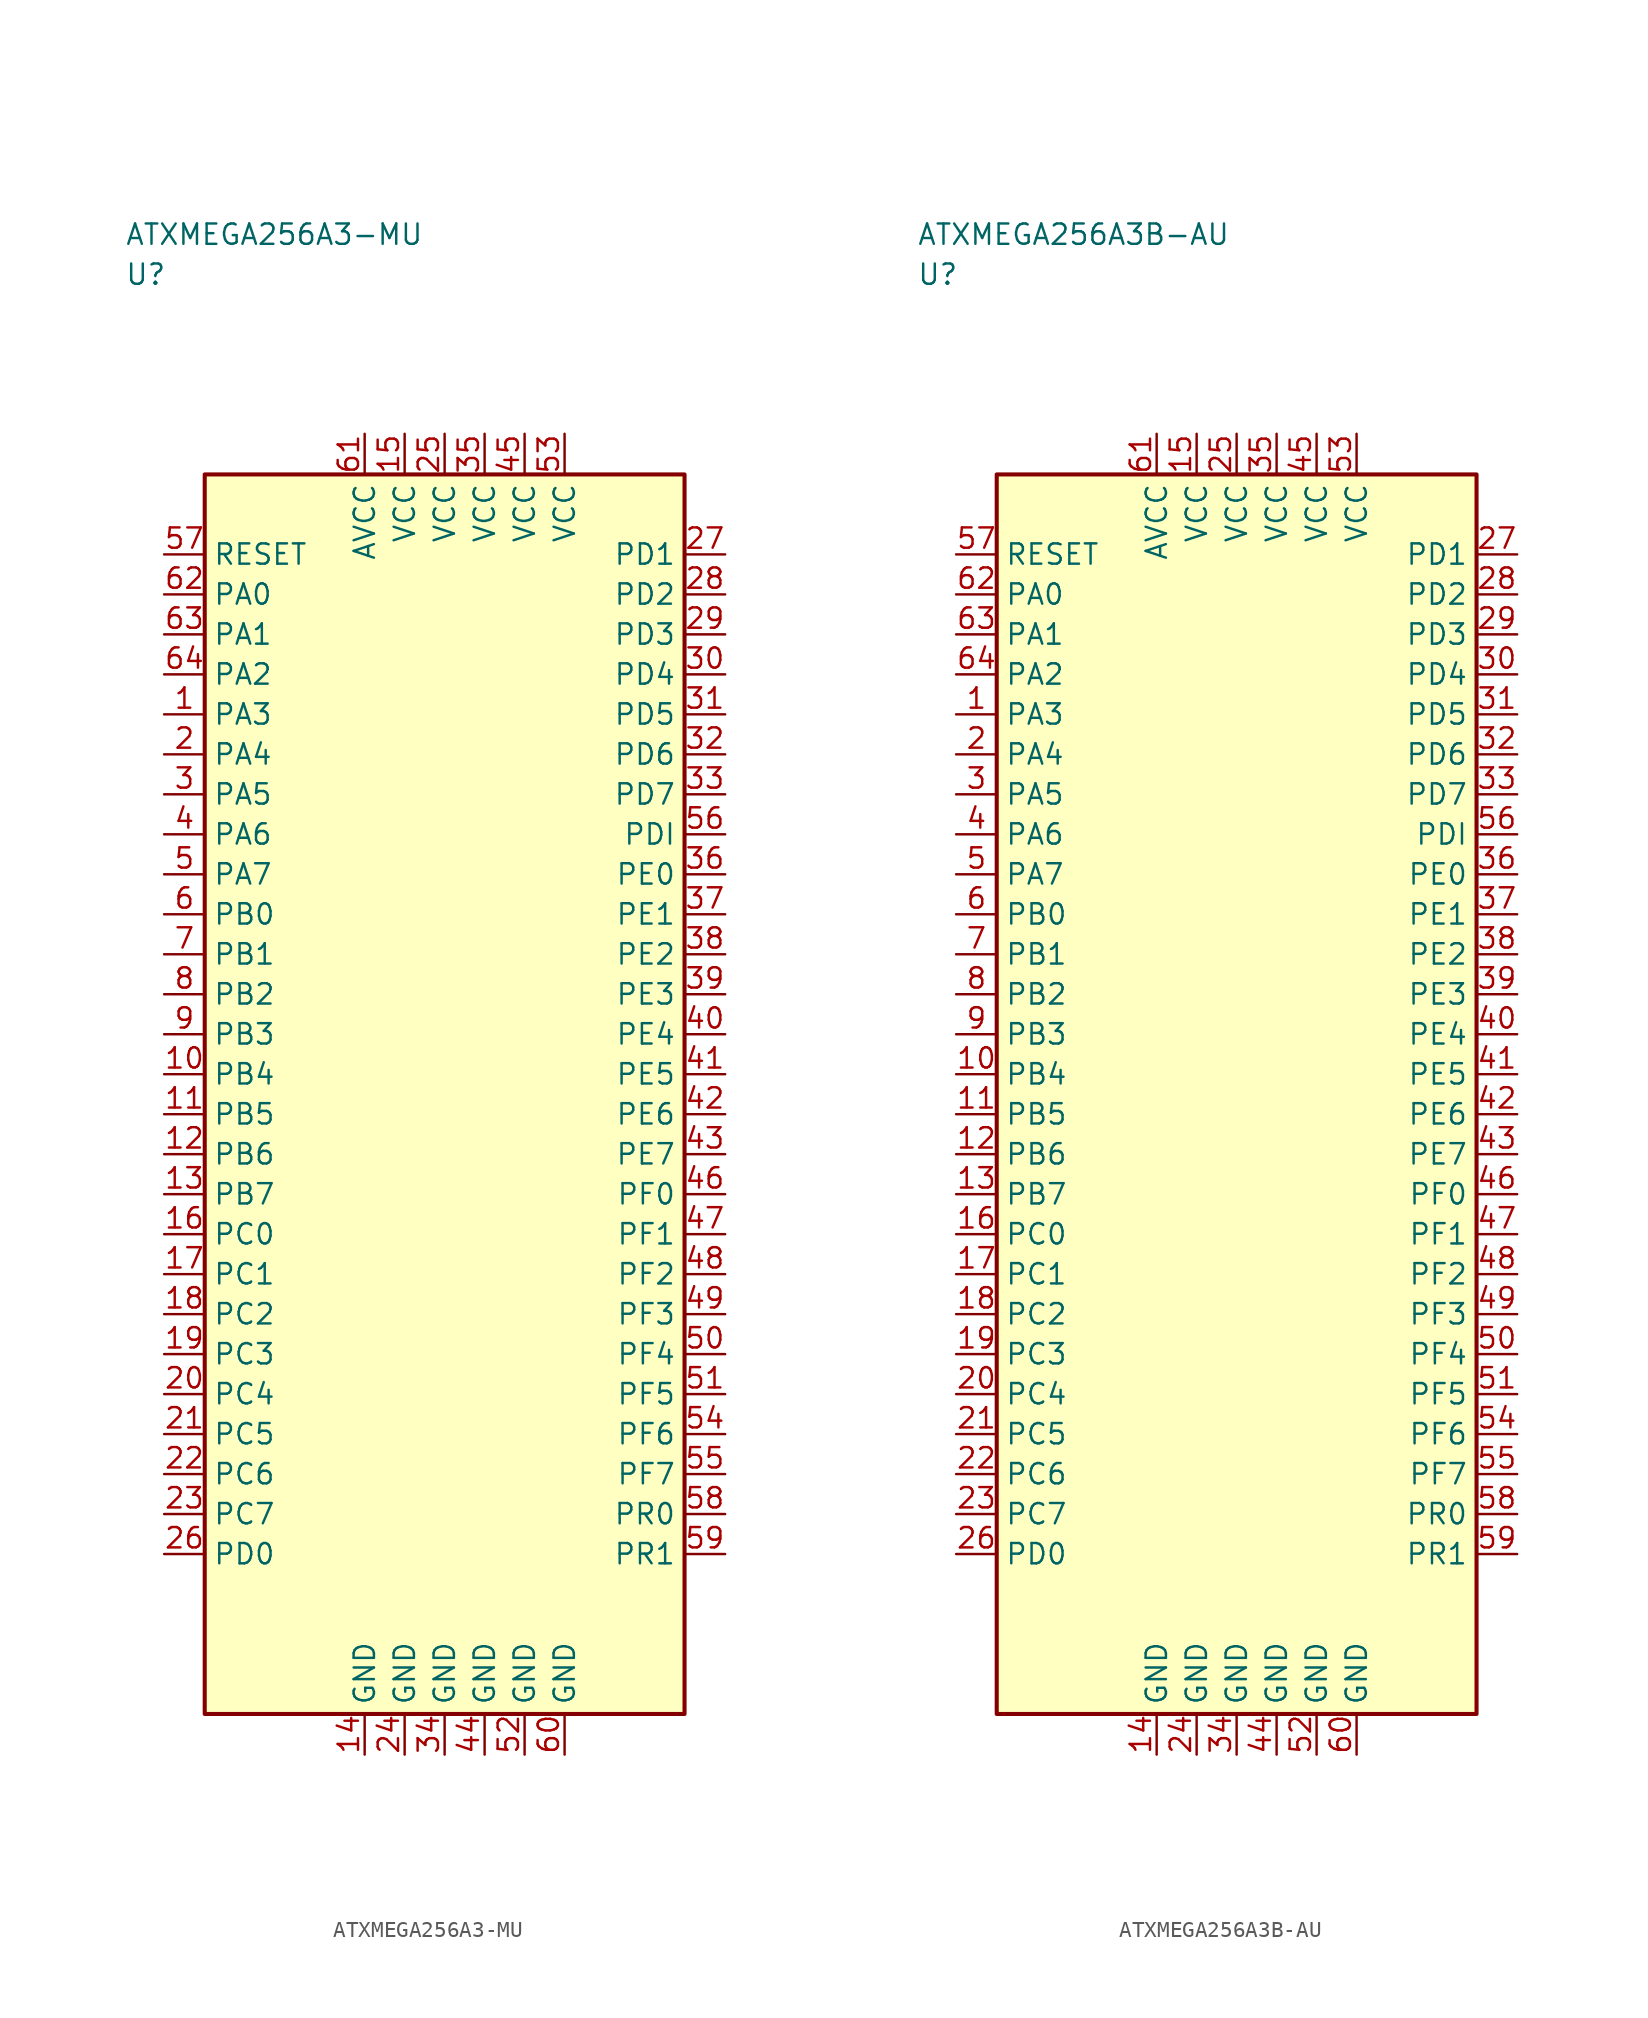
<source format=kicad_sym>
(kicad_symbol_lib
  (version 20241025)
  (generator "kicad_symbol_editor")
  (generator_version "8.0")
  (symbol "ATXMEGA256A3-MU"
    (property "Reference" "U"
      (at -20.0 51.25 0)
      (effects (font (size 1.27 1.27)) (justify left)))
    (property "Value" "ATXMEGA256A3-MU"
      (at -20.0 53.75 0)
      (effects (font (size 1.27 1.27)) (justify left)))
    (symbol "ATXMEGA256A3-MU_0_1"
      (rectangle (start -15.0 38.75) (end 15.0 -38.75) (stroke (width 0.254) (type default)) (fill (type background))))
    (symbol "ATXMEGA256A3-MU_1_1"
      (pin bidirectional line (at -17.54 23.75 0.0) (length 2.54) (name "PA3" (effects (font (size 1.27 1.27)))) (number "1" (effects (font (size 1.27 1.27)))))
      (pin bidirectional line (at -17.54 21.25 0.0) (length 2.54) (name "PA4" (effects (font (size 1.27 1.27)))) (number "2" (effects (font (size 1.27 1.27)))))
      (pin bidirectional line (at -17.54 18.75 0.0) (length 2.54) (name "PA5" (effects (font (size 1.27 1.27)))) (number "3" (effects (font (size 1.27 1.27)))))
      (pin bidirectional line (at -17.54 16.25 0.0) (length 2.54) (name "PA6" (effects (font (size 1.27 1.27)))) (number "4" (effects (font (size 1.27 1.27)))))
      (pin bidirectional line (at -17.54 13.75 0.0) (length 2.54) (name "PA7" (effects (font (size 1.27 1.27)))) (number "5" (effects (font (size 1.27 1.27)))))
      (pin bidirectional line (at -17.54 11.25 0.0) (length 2.54) (name "PB0" (effects (font (size 1.27 1.27)))) (number "6" (effects (font (size 1.27 1.27)))))
      (pin bidirectional line (at -17.54 8.75 0.0) (length 2.54) (name "PB1" (effects (font (size 1.27 1.27)))) (number "7" (effects (font (size 1.27 1.27)))))
      (pin bidirectional line (at -17.54 6.25 0.0) (length 2.54) (name "PB2" (effects (font (size 1.27 1.27)))) (number "8" (effects (font (size 1.27 1.27)))))
      (pin bidirectional line (at -17.54 3.75 0.0) (length 2.54) (name "PB3" (effects (font (size 1.27 1.27)))) (number "9" (effects (font (size 1.27 1.27)))))
      (pin bidirectional line (at -17.54 1.25 0.0) (length 2.54) (name "PB4" (effects (font (size 1.27 1.27)))) (number "10" (effects (font (size 1.27 1.27)))))
      (pin bidirectional line (at -17.54 -1.25 0.0) (length 2.54) (name "PB5" (effects (font (size 1.27 1.27)))) (number "11" (effects (font (size 1.27 1.27)))))
      (pin bidirectional line (at -17.54 -3.75 0.0) (length 2.54) (name "PB6" (effects (font (size 1.27 1.27)))) (number "12" (effects (font (size 1.27 1.27)))))
      (pin bidirectional line (at -17.54 -6.25 0.0) (length 2.54) (name "PB7" (effects (font (size 1.27 1.27)))) (number "13" (effects (font (size 1.27 1.27)))))
      (pin passive line (at -5.0 -41.29 90.0) (length 2.54) (name "GND" (effects (font (size 1.27 1.27)))) (number "14" (effects (font (size 1.27 1.27)))))
      (pin power_in line (at -2.5 41.29 270.0) (length 2.54) (name "VCC" (effects (font (size 1.27 1.27)))) (number "15" (effects (font (size 1.27 1.27)))))
      (pin bidirectional line (at -17.54 -8.75 0.0) (length 2.54) (name "PC0" (effects (font (size 1.27 1.27)))) (number "16" (effects (font (size 1.27 1.27)))))
      (pin bidirectional line (at -17.54 -11.25 0.0) (length 2.54) (name "PC1" (effects (font (size 1.27 1.27)))) (number "17" (effects (font (size 1.27 1.27)))))
      (pin bidirectional line (at -17.54 -13.75 0.0) (length 2.54) (name "PC2" (effects (font (size 1.27 1.27)))) (number "18" (effects (font (size 1.27 1.27)))))
      (pin bidirectional line (at -17.54 -16.25 0.0) (length 2.54) (name "PC3" (effects (font (size 1.27 1.27)))) (number "19" (effects (font (size 1.27 1.27)))))
      (pin bidirectional line (at -17.54 -18.75 0.0) (length 2.54) (name "PC4" (effects (font (size 1.27 1.27)))) (number "20" (effects (font (size 1.27 1.27)))))
      (pin bidirectional line (at -17.54 -21.25 0.0) (length 2.54) (name "PC5" (effects (font (size 1.27 1.27)))) (number "21" (effects (font (size 1.27 1.27)))))
      (pin bidirectional line (at -17.54 -23.75 0.0) (length 2.54) (name "PC6" (effects (font (size 1.27 1.27)))) (number "22" (effects (font (size 1.27 1.27)))))
      (pin bidirectional line (at -17.54 -26.25 0.0) (length 2.54) (name "PC7" (effects (font (size 1.27 1.27)))) (number "23" (effects (font (size 1.27 1.27)))))
      (pin passive line (at -2.5 -41.29 90.0) (length 2.54) (name "GND" (effects (font (size 1.27 1.27)))) (number "24" (effects (font (size 1.27 1.27)))))
      (pin power_in line (at 0.0 41.29 270.0) (length 2.54) (name "VCC" (effects (font (size 1.27 1.27)))) (number "25" (effects (font (size 1.27 1.27)))))
      (pin bidirectional line (at -17.54 -28.75 0.0) (length 2.54) (name "PD0" (effects (font (size 1.27 1.27)))) (number "26" (effects (font (size 1.27 1.27)))))
      (pin bidirectional line (at 17.54 33.75 180.0) (length 2.54) (name "PD1" (effects (font (size 1.27 1.27)))) (number "27" (effects (font (size 1.27 1.27)))))
      (pin bidirectional line (at 17.54 31.25 180.0) (length 2.54) (name "PD2" (effects (font (size 1.27 1.27)))) (number "28" (effects (font (size 1.27 1.27)))))
      (pin bidirectional line (at 17.54 28.75 180.0) (length 2.54) (name "PD3" (effects (font (size 1.27 1.27)))) (number "29" (effects (font (size 1.27 1.27)))))
      (pin bidirectional line (at 17.54 26.25 180.0) (length 2.54) (name "PD4" (effects (font (size 1.27 1.27)))) (number "30" (effects (font (size 1.27 1.27)))))
      (pin bidirectional line (at 17.54 23.75 180.0) (length 2.54) (name "PD5" (effects (font (size 1.27 1.27)))) (number "31" (effects (font (size 1.27 1.27)))))
      (pin bidirectional line (at 17.54 21.25 180.0) (length 2.54) (name "PD6" (effects (font (size 1.27 1.27)))) (number "32" (effects (font (size 1.27 1.27)))))
      (pin bidirectional line (at 17.54 18.75 180.0) (length 2.54) (name "PD7" (effects (font (size 1.27 1.27)))) (number "33" (effects (font (size 1.27 1.27)))))
      (pin passive line (at 0.0 -41.29 90.0) (length 2.54) (name "GND" (effects (font (size 1.27 1.27)))) (number "34" (effects (font (size 1.27 1.27)))))
      (pin power_in line (at 2.5 41.29 270.0) (length 2.54) (name "VCC" (effects (font (size 1.27 1.27)))) (number "35" (effects (font (size 1.27 1.27)))))
      (pin bidirectional line (at 17.54 13.75 180.0) (length 2.54) (name "PE0" (effects (font (size 1.27 1.27)))) (number "36" (effects (font (size 1.27 1.27)))))
      (pin bidirectional line (at 17.54 11.25 180.0) (length 2.54) (name "PE1" (effects (font (size 1.27 1.27)))) (number "37" (effects (font (size 1.27 1.27)))))
      (pin bidirectional line (at 17.54 8.75 180.0) (length 2.54) (name "PE2" (effects (font (size 1.27 1.27)))) (number "38" (effects (font (size 1.27 1.27)))))
      (pin bidirectional line (at 17.54 6.25 180.0) (length 2.54) (name "PE3" (effects (font (size 1.27 1.27)))) (number "39" (effects (font (size 1.27 1.27)))))
      (pin bidirectional line (at 17.54 3.75 180.0) (length 2.54) (name "PE4" (effects (font (size 1.27 1.27)))) (number "40" (effects (font (size 1.27 1.27)))))
      (pin bidirectional line (at 17.54 1.25 180.0) (length 2.54) (name "PE5" (effects (font (size 1.27 1.27)))) (number "41" (effects (font (size 1.27 1.27)))))
      (pin bidirectional line (at 17.54 -1.25 180.0) (length 2.54) (name "PE6" (effects (font (size 1.27 1.27)))) (number "42" (effects (font (size 1.27 1.27)))))
      (pin bidirectional line (at 17.54 -3.75 180.0) (length 2.54) (name "PE7" (effects (font (size 1.27 1.27)))) (number "43" (effects (font (size 1.27 1.27)))))
      (pin passive line (at 2.5 -41.29 90.0) (length 2.54) (name "GND" (effects (font (size 1.27 1.27)))) (number "44" (effects (font (size 1.27 1.27)))))
      (pin power_in line (at 5.0 41.29 270.0) (length 2.54) (name "VCC" (effects (font (size 1.27 1.27)))) (number "45" (effects (font (size 1.27 1.27)))))
      (pin bidirectional line (at 17.54 -6.25 180.0) (length 2.54) (name "PF0" (effects (font (size 1.27 1.27)))) (number "46" (effects (font (size 1.27 1.27)))))
      (pin bidirectional line (at 17.54 -8.75 180.0) (length 2.54) (name "PF1" (effects (font (size 1.27 1.27)))) (number "47" (effects (font (size 1.27 1.27)))))
      (pin bidirectional line (at 17.54 -11.25 180.0) (length 2.54) (name "PF2" (effects (font (size 1.27 1.27)))) (number "48" (effects (font (size 1.27 1.27)))))
      (pin bidirectional line (at 17.54 -13.75 180.0) (length 2.54) (name "PF3" (effects (font (size 1.27 1.27)))) (number "49" (effects (font (size 1.27 1.27)))))
      (pin bidirectional line (at 17.54 -16.25 180.0) (length 2.54) (name "PF4" (effects (font (size 1.27 1.27)))) (number "50" (effects (font (size 1.27 1.27)))))
      (pin bidirectional line (at 17.54 -18.75 180.0) (length 2.54) (name "PF5" (effects (font (size 1.27 1.27)))) (number "51" (effects (font (size 1.27 1.27)))))
      (pin passive line (at 5.0 -41.29 90.0) (length 2.54) (name "GND" (effects (font (size 1.27 1.27)))) (number "52" (effects (font (size 1.27 1.27)))))
      (pin power_in line (at 7.5 41.29 270.0) (length 2.54) (name "VCC" (effects (font (size 1.27 1.27)))) (number "53" (effects (font (size 1.27 1.27)))))
      (pin bidirectional line (at 17.54 -21.25 180.0) (length 2.54) (name "PF6" (effects (font (size 1.27 1.27)))) (number "54" (effects (font (size 1.27 1.27)))))
      (pin bidirectional line (at 17.54 -23.75 180.0) (length 2.54) (name "PF7" (effects (font (size 1.27 1.27)))) (number "55" (effects (font (size 1.27 1.27)))))
      (pin bidirectional line (at 17.54 16.25 180.0) (length 2.54) (name "PDI" (effects (font (size 1.27 1.27)))) (number "56" (effects (font (size 1.27 1.27)))))
      (pin input line (at -17.54 33.75 0.0) (length 2.54) (name "RESET" (effects (font (size 1.27 1.27)))) (number "57" (effects (font (size 1.27 1.27)))))
      (pin bidirectional line (at 17.54 -26.25 180.0) (length 2.54) (name "PR0" (effects (font (size 1.27 1.27)))) (number "58" (effects (font (size 1.27 1.27)))))
      (pin bidirectional line (at 17.54 -28.75 180.0) (length 2.54) (name "PR1" (effects (font (size 1.27 1.27)))) (number "59" (effects (font (size 1.27 1.27)))))
      (pin passive line (at 7.5 -41.29 90.0) (length 2.54) (name "GND" (effects (font (size 1.27 1.27)))) (number "60" (effects (font (size 1.27 1.27)))))
      (pin power_in line (at -5.0 41.29 270.0) (length 2.54) (name "AVCC" (effects (font (size 1.27 1.27)))) (number "61" (effects (font (size 1.27 1.27)))))
      (pin bidirectional line (at -17.54 31.25 0.0) (length 2.54) (name "PA0" (effects (font (size 1.27 1.27)))) (number "62" (effects (font (size 1.27 1.27)))))
      (pin bidirectional line (at -17.54 28.75 0.0) (length 2.54) (name "PA1" (effects (font (size 1.27 1.27)))) (number "63" (effects (font (size 1.27 1.27)))))
      (pin bidirectional line (at -17.54 26.25 0.0) (length 2.54) (name "PA2" (effects (font (size 1.27 1.27)))) (number "64" (effects (font (size 1.27 1.27)))))))
  (symbol "ATXMEGA256A3B-AU"
    (property "Reference" "U"
      (at -20.0 51.25 0)
      (effects (font (size 1.27 1.27)) (justify left)))
    (property "Value" "ATXMEGA256A3B-AU"
      (at -20.0 53.75 0)
      (effects (font (size 1.27 1.27)) (justify left)))
    (symbol "ATXMEGA256A3B-AU_0_1"
      (rectangle (start -15.0 38.75) (end 15.0 -38.75) (stroke (width 0.254) (type default)) (fill (type background))))
    (symbol "ATXMEGA256A3B-AU_1_1"
      (pin bidirectional line (at -17.54 23.75 0.0) (length 2.54) (name "PA3" (effects (font (size 1.27 1.27)))) (number "1" (effects (font (size 1.27 1.27)))))
      (pin bidirectional line (at -17.54 21.25 0.0) (length 2.54) (name "PA4" (effects (font (size 1.27 1.27)))) (number "2" (effects (font (size 1.27 1.27)))))
      (pin bidirectional line (at -17.54 18.75 0.0) (length 2.54) (name "PA5" (effects (font (size 1.27 1.27)))) (number "3" (effects (font (size 1.27 1.27)))))
      (pin bidirectional line (at -17.54 16.25 0.0) (length 2.54) (name "PA6" (effects (font (size 1.27 1.27)))) (number "4" (effects (font (size 1.27 1.27)))))
      (pin bidirectional line (at -17.54 13.75 0.0) (length 2.54) (name "PA7" (effects (font (size 1.27 1.27)))) (number "5" (effects (font (size 1.27 1.27)))))
      (pin bidirectional line (at -17.54 11.25 0.0) (length 2.54) (name "PB0" (effects (font (size 1.27 1.27)))) (number "6" (effects (font (size 1.27 1.27)))))
      (pin bidirectional line (at -17.54 8.75 0.0) (length 2.54) (name "PB1" (effects (font (size 1.27 1.27)))) (number "7" (effects (font (size 1.27 1.27)))))
      (pin bidirectional line (at -17.54 6.25 0.0) (length 2.54) (name "PB2" (effects (font (size 1.27 1.27)))) (number "8" (effects (font (size 1.27 1.27)))))
      (pin bidirectional line (at -17.54 3.75 0.0) (length 2.54) (name "PB3" (effects (font (size 1.27 1.27)))) (number "9" (effects (font (size 1.27 1.27)))))
      (pin bidirectional line (at -17.54 1.25 0.0) (length 2.54) (name "PB4" (effects (font (size 1.27 1.27)))) (number "10" (effects (font (size 1.27 1.27)))))
      (pin bidirectional line (at -17.54 -1.25 0.0) (length 2.54) (name "PB5" (effects (font (size 1.27 1.27)))) (number "11" (effects (font (size 1.27 1.27)))))
      (pin bidirectional line (at -17.54 -3.75 0.0) (length 2.54) (name "PB6" (effects (font (size 1.27 1.27)))) (number "12" (effects (font (size 1.27 1.27)))))
      (pin bidirectional line (at -17.54 -6.25 0.0) (length 2.54) (name "PB7" (effects (font (size 1.27 1.27)))) (number "13" (effects (font (size 1.27 1.27)))))
      (pin passive line (at -5.0 -41.29 90.0) (length 2.54) (name "GND" (effects (font (size 1.27 1.27)))) (number "14" (effects (font (size 1.27 1.27)))))
      (pin power_in line (at -2.5 41.29 270.0) (length 2.54) (name "VCC" (effects (font (size 1.27 1.27)))) (number "15" (effects (font (size 1.27 1.27)))))
      (pin bidirectional line (at -17.54 -8.75 0.0) (length 2.54) (name "PC0" (effects (font (size 1.27 1.27)))) (number "16" (effects (font (size 1.27 1.27)))))
      (pin bidirectional line (at -17.54 -11.25 0.0) (length 2.54) (name "PC1" (effects (font (size 1.27 1.27)))) (number "17" (effects (font (size 1.27 1.27)))))
      (pin bidirectional line (at -17.54 -13.75 0.0) (length 2.54) (name "PC2" (effects (font (size 1.27 1.27)))) (number "18" (effects (font (size 1.27 1.27)))))
      (pin bidirectional line (at -17.54 -16.25 0.0) (length 2.54) (name "PC3" (effects (font (size 1.27 1.27)))) (number "19" (effects (font (size 1.27 1.27)))))
      (pin bidirectional line (at -17.54 -18.75 0.0) (length 2.54) (name "PC4" (effects (font (size 1.27 1.27)))) (number "20" (effects (font (size 1.27 1.27)))))
      (pin bidirectional line (at -17.54 -21.25 0.0) (length 2.54) (name "PC5" (effects (font (size 1.27 1.27)))) (number "21" (effects (font (size 1.27 1.27)))))
      (pin bidirectional line (at -17.54 -23.75 0.0) (length 2.54) (name "PC6" (effects (font (size 1.27 1.27)))) (number "22" (effects (font (size 1.27 1.27)))))
      (pin bidirectional line (at -17.54 -26.25 0.0) (length 2.54) (name "PC7" (effects (font (size 1.27 1.27)))) (number "23" (effects (font (size 1.27 1.27)))))
      (pin passive line (at -2.5 -41.29 90.0) (length 2.54) (name "GND" (effects (font (size 1.27 1.27)))) (number "24" (effects (font (size 1.27 1.27)))))
      (pin power_in line (at 0.0 41.29 270.0) (length 2.54) (name "VCC" (effects (font (size 1.27 1.27)))) (number "25" (effects (font (size 1.27 1.27)))))
      (pin bidirectional line (at -17.54 -28.75 0.0) (length 2.54) (name "PD0" (effects (font (size 1.27 1.27)))) (number "26" (effects (font (size 1.27 1.27)))))
      (pin bidirectional line (at 17.54 33.75 180.0) (length 2.54) (name "PD1" (effects (font (size 1.27 1.27)))) (number "27" (effects (font (size 1.27 1.27)))))
      (pin bidirectional line (at 17.54 31.25 180.0) (length 2.54) (name "PD2" (effects (font (size 1.27 1.27)))) (number "28" (effects (font (size 1.27 1.27)))))
      (pin bidirectional line (at 17.54 28.75 180.0) (length 2.54) (name "PD3" (effects (font (size 1.27 1.27)))) (number "29" (effects (font (size 1.27 1.27)))))
      (pin bidirectional line (at 17.54 26.25 180.0) (length 2.54) (name "PD4" (effects (font (size 1.27 1.27)))) (number "30" (effects (font (size 1.27 1.27)))))
      (pin bidirectional line (at 17.54 23.75 180.0) (length 2.54) (name "PD5" (effects (font (size 1.27 1.27)))) (number "31" (effects (font (size 1.27 1.27)))))
      (pin bidirectional line (at 17.54 21.25 180.0) (length 2.54) (name "PD6" (effects (font (size 1.27 1.27)))) (number "32" (effects (font (size 1.27 1.27)))))
      (pin bidirectional line (at 17.54 18.75 180.0) (length 2.54) (name "PD7" (effects (font (size 1.27 1.27)))) (number "33" (effects (font (size 1.27 1.27)))))
      (pin passive line (at 0.0 -41.29 90.0) (length 2.54) (name "GND" (effects (font (size 1.27 1.27)))) (number "34" (effects (font (size 1.27 1.27)))))
      (pin power_in line (at 2.5 41.29 270.0) (length 2.54) (name "VCC" (effects (font (size 1.27 1.27)))) (number "35" (effects (font (size 1.27 1.27)))))
      (pin bidirectional line (at 17.54 13.75 180.0) (length 2.54) (name "PE0" (effects (font (size 1.27 1.27)))) (number "36" (effects (font (size 1.27 1.27)))))
      (pin bidirectional line (at 17.54 11.25 180.0) (length 2.54) (name "PE1" (effects (font (size 1.27 1.27)))) (number "37" (effects (font (size 1.27 1.27)))))
      (pin bidirectional line (at 17.54 8.75 180.0) (length 2.54) (name "PE2" (effects (font (size 1.27 1.27)))) (number "38" (effects (font (size 1.27 1.27)))))
      (pin bidirectional line (at 17.54 6.25 180.0) (length 2.54) (name "PE3" (effects (font (size 1.27 1.27)))) (number "39" (effects (font (size 1.27 1.27)))))
      (pin bidirectional line (at 17.54 3.75 180.0) (length 2.54) (name "PE4" (effects (font (size 1.27 1.27)))) (number "40" (effects (font (size 1.27 1.27)))))
      (pin bidirectional line (at 17.54 1.25 180.0) (length 2.54) (name "PE5" (effects (font (size 1.27 1.27)))) (number "41" (effects (font (size 1.27 1.27)))))
      (pin bidirectional line (at 17.54 -1.25 180.0) (length 2.54) (name "PE6" (effects (font (size 1.27 1.27)))) (number "42" (effects (font (size 1.27 1.27)))))
      (pin bidirectional line (at 17.54 -3.75 180.0) (length 2.54) (name "PE7" (effects (font (size 1.27 1.27)))) (number "43" (effects (font (size 1.27 1.27)))))
      (pin passive line (at 2.5 -41.29 90.0) (length 2.54) (name "GND" (effects (font (size 1.27 1.27)))) (number "44" (effects (font (size 1.27 1.27)))))
      (pin power_in line (at 5.0 41.29 270.0) (length 2.54) (name "VCC" (effects (font (size 1.27 1.27)))) (number "45" (effects (font (size 1.27 1.27)))))
      (pin bidirectional line (at 17.54 -6.25 180.0) (length 2.54) (name "PF0" (effects (font (size 1.27 1.27)))) (number "46" (effects (font (size 1.27 1.27)))))
      (pin bidirectional line (at 17.54 -8.75 180.0) (length 2.54) (name "PF1" (effects (font (size 1.27 1.27)))) (number "47" (effects (font (size 1.27 1.27)))))
      (pin bidirectional line (at 17.54 -11.25 180.0) (length 2.54) (name "PF2" (effects (font (size 1.27 1.27)))) (number "48" (effects (font (size 1.27 1.27)))))
      (pin bidirectional line (at 17.54 -13.75 180.0) (length 2.54) (name "PF3" (effects (font (size 1.27 1.27)))) (number "49" (effects (font (size 1.27 1.27)))))
      (pin bidirectional line (at 17.54 -16.25 180.0) (length 2.54) (name "PF4" (effects (font (size 1.27 1.27)))) (number "50" (effects (font (size 1.27 1.27)))))
      (pin bidirectional line (at 17.54 -18.75 180.0) (length 2.54) (name "PF5" (effects (font (size 1.27 1.27)))) (number "51" (effects (font (size 1.27 1.27)))))
      (pin passive line (at 5.0 -41.29 90.0) (length 2.54) (name "GND" (effects (font (size 1.27 1.27)))) (number "52" (effects (font (size 1.27 1.27)))))
      (pin power_in line (at 7.5 41.29 270.0) (length 2.54) (name "VCC" (effects (font (size 1.27 1.27)))) (number "53" (effects (font (size 1.27 1.27)))))
      (pin bidirectional line (at 17.54 -21.25 180.0) (length 2.54) (name "PF6" (effects (font (size 1.27 1.27)))) (number "54" (effects (font (size 1.27 1.27)))))
      (pin bidirectional line (at 17.54 -23.75 180.0) (length 2.54) (name "PF7" (effects (font (size 1.27 1.27)))) (number "55" (effects (font (size 1.27 1.27)))))
      (pin bidirectional line (at 17.54 16.25 180.0) (length 2.54) (name "PDI" (effects (font (size 1.27 1.27)))) (number "56" (effects (font (size 1.27 1.27)))))
      (pin input line (at -17.54 33.75 0.0) (length 2.54) (name "RESET" (effects (font (size 1.27 1.27)))) (number "57" (effects (font (size 1.27 1.27)))))
      (pin bidirectional line (at 17.54 -26.25 180.0) (length 2.54) (name "PR0" (effects (font (size 1.27 1.27)))) (number "58" (effects (font (size 1.27 1.27)))))
      (pin bidirectional line (at 17.54 -28.75 180.0) (length 2.54) (name "PR1" (effects (font (size 1.27 1.27)))) (number "59" (effects (font (size 1.27 1.27)))))
      (pin passive line (at 7.5 -41.29 90.0) (length 2.54) (name "GND" (effects (font (size 1.27 1.27)))) (number "60" (effects (font (size 1.27 1.27)))))
      (pin power_in line (at -5.0 41.29 270.0) (length 2.54) (name "AVCC" (effects (font (size 1.27 1.27)))) (number "61" (effects (font (size 1.27 1.27)))))
      (pin bidirectional line (at -17.54 31.25 0.0) (length 2.54) (name "PA0" (effects (font (size 1.27 1.27)))) (number "62" (effects (font (size 1.27 1.27)))))
      (pin bidirectional line (at -17.54 28.75 0.0) (length 2.54) (name "PA1" (effects (font (size 1.27 1.27)))) (number "63" (effects (font (size 1.27 1.27)))))
      (pin bidirectional line (at -17.54 26.25 0.0) (length 2.54) (name "PA2" (effects (font (size 1.27 1.27)))) (number "64" (effects (font (size 1.27 1.27))))))))
</source>
